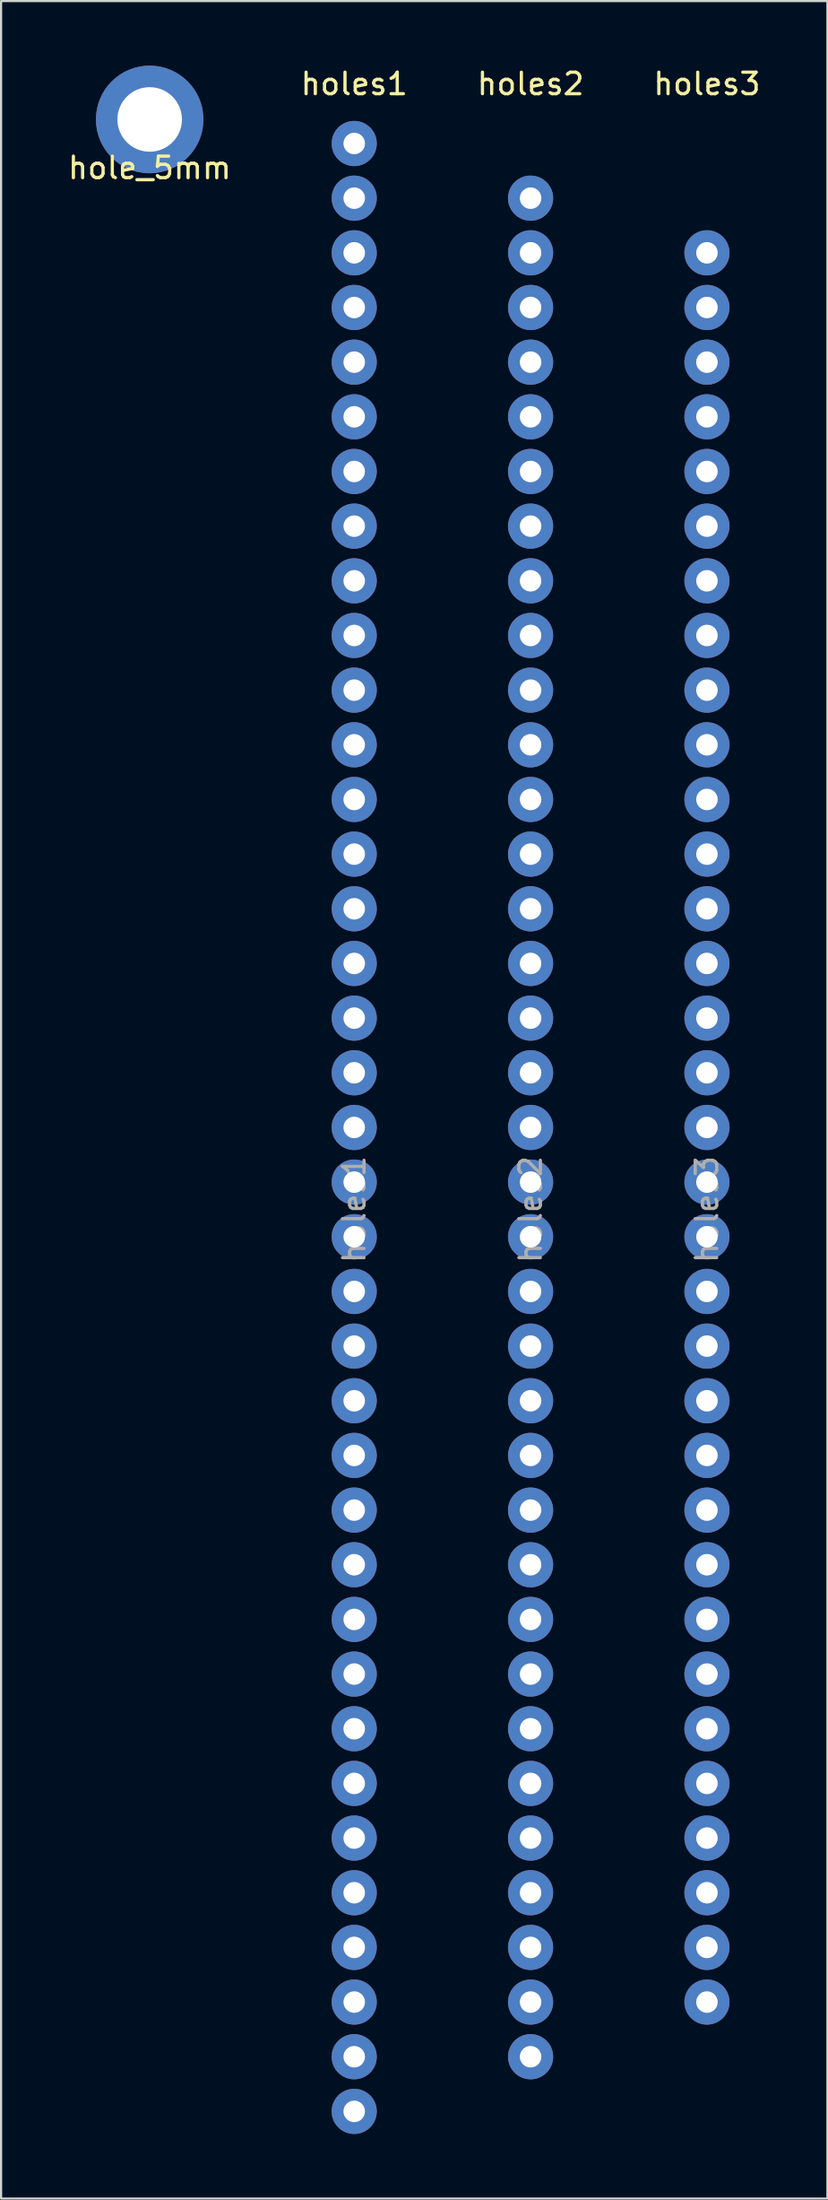
<source format=kicad_pcb>
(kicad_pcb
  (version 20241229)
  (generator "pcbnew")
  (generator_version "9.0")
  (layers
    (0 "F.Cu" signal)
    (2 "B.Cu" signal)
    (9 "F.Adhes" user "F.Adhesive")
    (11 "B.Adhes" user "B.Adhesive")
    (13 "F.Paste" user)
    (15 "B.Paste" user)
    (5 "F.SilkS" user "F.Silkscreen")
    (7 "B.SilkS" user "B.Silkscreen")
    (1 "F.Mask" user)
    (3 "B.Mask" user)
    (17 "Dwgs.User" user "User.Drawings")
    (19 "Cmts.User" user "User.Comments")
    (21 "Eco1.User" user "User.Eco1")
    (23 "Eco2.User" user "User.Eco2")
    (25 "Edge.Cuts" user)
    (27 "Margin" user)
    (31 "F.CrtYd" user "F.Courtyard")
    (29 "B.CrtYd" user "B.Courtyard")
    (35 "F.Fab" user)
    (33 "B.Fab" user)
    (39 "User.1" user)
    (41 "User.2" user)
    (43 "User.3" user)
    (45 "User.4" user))
  (footprint "hole_5mm"
    (layer "F.Cu")
    (at 3.911 2.5)
    (property "Reference" "hole_5mm" (at 0 2.25 0) (layer "F.SilkS") (effects (font (size 1 1) (thickness 0.15))))
    (attr through_hole)
    (fp_circle (center 0 0) (end 0.5 0) (stroke (width 0.12) (type solid)) (fill no) (layer "F.Fab"))
    (fp_circle (center 0 0) (end 1 0) (stroke (width 0.12) (type solid)) (fill no) (layer "F.Fab"))
    (pad " " thru_hole circle (at 0 0) (size 5 5) (drill 3) (layers "*.Cu" "*.Mask")))
  (footprint "holes2"
    (layer "F.Cu")
    (at 21.625 3.618)
    (property "Reference" "holes2" (at 0 -2.77 0) (layer "F.SilkS") (effects (font (size 1 1) (thickness 0.15))))
    (attr through_hole)
    (fp_text user "${REFERENCE}" (at 0 49.53 270) (layer "F.Fab") (effects (font (size 1 1) (thickness 0.15))))
    (pad "2" thru_hole circle (at 0 2.54) (size 2.1 2.1) (drill 1) (layers "*.Cu" "*.Mask"))
    (pad "3" thru_hole circle (at 0 5.08) (size 2.1 2.1) (drill 1) (layers "*.Cu" "*.Mask"))
    (pad "4" thru_hole circle (at 0 7.62) (size 2.1 2.1) (drill 1) (layers "*.Cu" "*.Mask"))
    (pad "5" thru_hole circle (at 0 10.16) (size 2.1 2.1) (drill 1) (layers "*.Cu" "*.Mask"))
    (pad "6" thru_hole circle (at 0 12.7) (size 2.1 2.1) (drill 1) (layers "*.Cu" "*.Mask"))
    (pad "7" thru_hole circle (at 0 15.24) (size 2.1 2.1) (drill 1) (layers "*.Cu" "*.Mask"))
    (pad "8" thru_hole circle (at 0 17.78) (size 2.1 2.1) (drill 1) (layers "*.Cu" "*.Mask"))
    (pad "9" thru_hole circle (at 0 20.32) (size 2.1 2.1) (drill 1) (layers "*.Cu" "*.Mask"))
    (pad "10" thru_hole circle (at 0 22.86) (size 2.1 2.1) (drill 1) (layers "*.Cu" "*.Mask"))
    (pad "11" thru_hole circle (at 0 25.4) (size 2.1 2.1) (drill 1) (layers "*.Cu" "*.Mask"))
    (pad "12" thru_hole circle (at 0 27.94) (size 2.1 2.1) (drill 1) (layers "*.Cu" "*.Mask"))
    (pad "13" thru_hole circle (at 0 30.48) (size 2.1 2.1) (drill 1) (layers "*.Cu" "*.Mask"))
    (pad "14" thru_hole circle (at 0 33.02) (size 2.1 2.1) (drill 1) (layers "*.Cu" "*.Mask"))
    (pad "15" thru_hole circle (at 0 35.56) (size 2.1 2.1) (drill 1) (layers "*.Cu" "*.Mask"))
    (pad "16" thru_hole circle (at 0 38.1) (size 2.1 2.1) (drill 1) (layers "*.Cu" "*.Mask"))
    (pad "17" thru_hole circle (at 0 40.64) (size 2.1 2.1) (drill 1) (layers "*.Cu" "*.Mask"))
    (pad "18" thru_hole circle (at 0 43.18) (size 2.1 2.1) (drill 1) (layers "*.Cu" "*.Mask"))
    (pad "19" thru_hole circle (at 0 45.72) (size 2.1 2.1) (drill 1) (layers "*.Cu" "*.Mask"))
    (pad "20" thru_hole circle (at 0 48.26) (size 2.1 2.1) (drill 1) (layers "*.Cu" "*.Mask"))
    (pad "21" thru_hole circle (at 0 50.8) (size 2.1 2.1) (drill 1) (layers "*.Cu" "*.Mask"))
    (pad "22" thru_hole circle (at 0 53.34) (size 2.1 2.1) (drill 1) (layers "*.Cu" "*.Mask"))
    (pad "23" thru_hole circle (at 0 55.88) (size 2.1 2.1) (drill 1) (layers "*.Cu" "*.Mask"))
    (pad "24" thru_hole circle (at 0 58.42) (size 2.1 2.1) (drill 1) (layers "*.Cu" "*.Mask"))
    (pad "25" thru_hole circle (at 0 60.96) (size 2.1 2.1) (drill 1) (layers "*.Cu" "*.Mask"))
    (pad "26" thru_hole circle (at 0 63.5) (size 2.1 2.1) (drill 1) (layers "*.Cu" "*.Mask"))
    (pad "27" thru_hole circle (at 0 66.04) (size 2.1 2.1) (drill 1) (layers "*.Cu" "*.Mask"))
    (pad "28" thru_hole circle (at 0 68.58) (size 2.1 2.1) (drill 1) (layers "*.Cu" "*.Mask"))
    (pad "29" thru_hole circle (at 0 71.12) (size 2.1 2.1) (drill 1) (layers "*.Cu" "*.Mask"))
    (pad "30" thru_hole circle (at 0 73.66) (size 2.1 2.1) (drill 1) (layers "*.Cu" "*.Mask"))
    (pad "31" thru_hole circle (at 0 76.2) (size 2.1 2.1) (drill 1) (layers "*.Cu" "*.Mask"))
    (pad "32" thru_hole circle (at 0 78.74) (size 2.1 2.1) (drill 1) (layers "*.Cu" "*.Mask"))
    (pad "33" thru_hole circle (at 0 81.28) (size 2.1 2.1) (drill 1) (layers "*.Cu" "*.Mask"))
    (pad "34" thru_hole circle (at 0 83.82) (size 2.1 2.1) (drill 1) (layers "*.Cu" "*.Mask"))
    (pad "35" thru_hole circle (at 0 86.36) (size 2.1 2.1) (drill 1) (layers "*.Cu" "*.Mask"))
    (pad "36" thru_hole circle (at 0 88.9) (size 2.1 2.1) (drill 1) (layers "*.Cu" "*.Mask")))
  (footprint "holes1"
    (layer "F.Cu")
    (at 13.423 3.618)
    (property "Reference" "holes1" (at 0 -2.77 0) (layer "F.SilkS") (effects (font (size 1 1) (thickness 0.15))))
    (attr through_hole)
    (fp_text user "${REFERENCE}" (at 0 49.53 90) (layer "F.Fab") (effects (font (size 1 1) (thickness 0.15))))
    (pad "1" thru_hole circle (at 0 0) (size 2.1 2.1) (drill 1) (layers "*.Cu" "*.Mask"))
    (pad "2" thru_hole circle (at 0 2.54) (size 2.1 2.1) (drill 1) (layers "*.Cu" "*.Mask"))
    (pad "3" thru_hole circle (at 0 5.08) (size 2.1 2.1) (drill 1) (layers "*.Cu" "*.Mask"))
    (pad "4" thru_hole circle (at 0 7.62) (size 2.1 2.1) (drill 1) (layers "*.Cu" "*.Mask"))
    (pad "5" thru_hole circle (at 0 10.16) (size 2.1 2.1) (drill 1) (layers "*.Cu" "*.Mask"))
    (pad "6" thru_hole circle (at 0 12.7) (size 2.1 2.1) (drill 1) (layers "*.Cu" "*.Mask"))
    (pad "7" thru_hole circle (at 0 15.24) (size 2.1 2.1) (drill 1) (layers "*.Cu" "*.Mask"))
    (pad "8" thru_hole circle (at 0 17.78) (size 2.1 2.1) (drill 1) (layers "*.Cu" "*.Mask"))
    (pad "9" thru_hole circle (at 0 20.32) (size 2.1 2.1) (drill 1) (layers "*.Cu" "*.Mask"))
    (pad "10" thru_hole circle (at 0 22.86) (size 2.1 2.1) (drill 1) (layers "*.Cu" "*.Mask"))
    (pad "11" thru_hole circle (at 0 25.4) (size 2.1 2.1) (drill 1) (layers "*.Cu" "*.Mask"))
    (pad "12" thru_hole circle (at 0 27.94) (size 2.1 2.1) (drill 1) (layers "*.Cu" "*.Mask"))
    (pad "13" thru_hole circle (at 0 30.48) (size 2.1 2.1) (drill 1) (layers "*.Cu" "*.Mask"))
    (pad "14" thru_hole circle (at 0 33.02) (size 2.1 2.1) (drill 1) (layers "*.Cu" "*.Mask"))
    (pad "15" thru_hole circle (at 0 35.56) (size 2.1 2.1) (drill 1) (layers "*.Cu" "*.Mask"))
    (pad "16" thru_hole circle (at 0 38.1) (size 2.1 2.1) (drill 1) (layers "*.Cu" "*.Mask"))
    (pad "17" thru_hole circle (at 0 40.64) (size 2.1 2.1) (drill 1) (layers "*.Cu" "*.Mask"))
    (pad "18" thru_hole circle (at 0 43.18) (size 2.1 2.1) (drill 1) (layers "*.Cu" "*.Mask"))
    (pad "19" thru_hole circle (at 0 45.72) (size 2.1 2.1) (drill 1) (layers "*.Cu" "*.Mask"))
    (pad "20" thru_hole circle (at 0 48.26) (size 2.1 2.1) (drill 1) (layers "*.Cu" "*.Mask"))
    (pad "21" thru_hole circle (at 0 50.8) (size 2.1 2.1) (drill 1) (layers "*.Cu" "*.Mask"))
    (pad "22" thru_hole circle (at 0 53.34) (size 2.1 2.1) (drill 1) (layers "*.Cu" "*.Mask"))
    (pad "23" thru_hole circle (at 0 55.88) (size 2.1 2.1) (drill 1) (layers "*.Cu" "*.Mask"))
    (pad "24" thru_hole circle (at 0 58.42) (size 2.1 2.1) (drill 1) (layers "*.Cu" "*.Mask"))
    (pad "25" thru_hole circle (at 0 60.96) (size 2.1 2.1) (drill 1) (layers "*.Cu" "*.Mask"))
    (pad "26" thru_hole circle (at 0 63.5) (size 2.1 2.1) (drill 1) (layers "*.Cu" "*.Mask"))
    (pad "27" thru_hole circle (at 0 66.04) (size 2.1 2.1) (drill 1) (layers "*.Cu" "*.Mask"))
    (pad "28" thru_hole circle (at 0 68.58) (size 2.1 2.1) (drill 1) (layers "*.Cu" "*.Mask"))
    (pad "29" thru_hole circle (at 0 71.12) (size 2.1 2.1) (drill 1) (layers "*.Cu" "*.Mask"))
    (pad "30" thru_hole circle (at 0 73.66) (size 2.1 2.1) (drill 1) (layers "*.Cu" "*.Mask"))
    (pad "31" thru_hole circle (at 0 76.2) (size 2.1 2.1) (drill 1) (layers "*.Cu" "*.Mask"))
    (pad "32" thru_hole circle (at 0 78.74) (size 2.1 2.1) (drill 1) (layers "*.Cu" "*.Mask"))
    (pad "33" thru_hole circle (at 0 81.28) (size 2.1 2.1) (drill 1) (layers "*.Cu" "*.Mask"))
    (pad "34" thru_hole circle (at 0 83.82) (size 2.1 2.1) (drill 1) (layers "*.Cu" "*.Mask"))
    (pad "35" thru_hole circle (at 0 86.36) (size 2.1 2.1) (drill 1) (layers "*.Cu" "*.Mask"))
    (pad "36" thru_hole circle (at 0 88.9) (size 2.1 2.1) (drill 1) (layers "*.Cu" "*.Mask"))
    (pad "37" thru_hole circle (at 0 91.44) (size 2.1 2.1) (drill 1) (layers "*.Cu" "*.Mask")))
  (footprint "holes3"
    (layer "F.Cu")
    (at 29.827 3.618)
    (property "Reference" "holes3" (at 0 -2.77 0) (layer "F.SilkS") (effects (font (size 1 1) (thickness 0.15))))
    (attr through_hole)
    (fp_text user "${REFERENCE}" (at 0 49.53 270) (layer "F.Fab") (effects (font (size 1 1) (thickness 0.15))))
    (pad "3" thru_hole circle (at 0 5.08) (size 2.1 2.1) (drill 1) (layers "*.Cu" "*.Mask"))
    (pad "4" thru_hole circle (at 0 7.62) (size 2.1 2.1) (drill 1) (layers "*.Cu" "*.Mask"))
    (pad "5" thru_hole circle (at 0 10.16) (size 2.1 2.1) (drill 1) (layers "*.Cu" "*.Mask"))
    (pad "6" thru_hole circle (at 0 12.7) (size 2.1 2.1) (drill 1) (layers "*.Cu" "*.Mask"))
    (pad "7" thru_hole circle (at 0 15.24) (size 2.1 2.1) (drill 1) (layers "*.Cu" "*.Mask"))
    (pad "8" thru_hole circle (at 0 17.78) (size 2.1 2.1) (drill 1) (layers "*.Cu" "*.Mask"))
    (pad "9" thru_hole circle (at 0 20.32) (size 2.1 2.1) (drill 1) (layers "*.Cu" "*.Mask"))
    (pad "10" thru_hole circle (at 0 22.86) (size 2.1 2.1) (drill 1) (layers "*.Cu" "*.Mask"))
    (pad "11" thru_hole circle (at 0 25.4) (size 2.1 2.1) (drill 1) (layers "*.Cu" "*.Mask"))
    (pad "12" thru_hole circle (at 0 27.94) (size 2.1 2.1) (drill 1) (layers "*.Cu" "*.Mask"))
    (pad "13" thru_hole circle (at 0 30.48) (size 2.1 2.1) (drill 1) (layers "*.Cu" "*.Mask"))
    (pad "14" thru_hole circle (at 0 33.02) (size 2.1 2.1) (drill 1) (layers "*.Cu" "*.Mask"))
    (pad "15" thru_hole circle (at 0 35.56) (size 2.1 2.1) (drill 1) (layers "*.Cu" "*.Mask"))
    (pad "16" thru_hole circle (at 0 38.1) (size 2.1 2.1) (drill 1) (layers "*.Cu" "*.Mask"))
    (pad "17" thru_hole circle (at 0 40.64) (size 2.1 2.1) (drill 1) (layers "*.Cu" "*.Mask"))
    (pad "18" thru_hole circle (at 0 43.18) (size 2.1 2.1) (drill 1) (layers "*.Cu" "*.Mask"))
    (pad "19" thru_hole circle (at 0 45.72) (size 2.1 2.1) (drill 1) (layers "*.Cu" "*.Mask"))
    (pad "20" thru_hole circle (at 0 48.26) (size 2.1 2.1) (drill 1) (layers "*.Cu" "*.Mask"))
    (pad "21" thru_hole circle (at 0 50.8) (size 2.1 2.1) (drill 1) (layers "*.Cu" "*.Mask"))
    (pad "22" thru_hole circle (at 0 53.34) (size 2.1 2.1) (drill 1) (layers "*.Cu" "*.Mask"))
    (pad "23" thru_hole circle (at 0 55.88) (size 2.1 2.1) (drill 1) (layers "*.Cu" "*.Mask"))
    (pad "24" thru_hole circle (at 0 58.42) (size 2.1 2.1) (drill 1) (layers "*.Cu" "*.Mask"))
    (pad "25" thru_hole circle (at 0 60.96) (size 2.1 2.1) (drill 1) (layers "*.Cu" "*.Mask"))
    (pad "26" thru_hole circle (at 0 63.5) (size 2.1 2.1) (drill 1) (layers "*.Cu" "*.Mask"))
    (pad "27" thru_hole circle (at 0 66.04) (size 2.1 2.1) (drill 1) (layers "*.Cu" "*.Mask"))
    (pad "28" thru_hole circle (at 0 68.58) (size 2.1 2.1) (drill 1) (layers "*.Cu" "*.Mask"))
    (pad "29" thru_hole circle (at 0 71.12) (size 2.1 2.1) (drill 1) (layers "*.Cu" "*.Mask"))
    (pad "30" thru_hole circle (at 0 73.66) (size 2.1 2.1) (drill 1) (layers "*.Cu" "*.Mask"))
    (pad "31" thru_hole circle (at 0 76.2) (size 2.1 2.1) (drill 1) (layers "*.Cu" "*.Mask"))
    (pad "32" thru_hole circle (at 0 78.74) (size 2.1 2.1) (drill 1) (layers "*.Cu" "*.Mask"))
    (pad "33" thru_hole circle (at 0 81.28) (size 2.1 2.1) (drill 1) (layers "*.Cu" "*.Mask"))
    (pad "34" thru_hole circle (at 0 83.82) (size 2.1 2.1) (drill 1) (layers "*.Cu" "*.Mask"))
    (pad "35" thru_hole circle (at 0 86.36) (size 2.1 2.1) (drill 1) (layers "*.Cu" "*.Mask")))
  (gr_rect
    (start -3 -3)
    (end 35.429 99.108)
    (stroke (width 0.1) (type default))
    (fill no)
    (layer "Edge.Cuts")))
</source>
